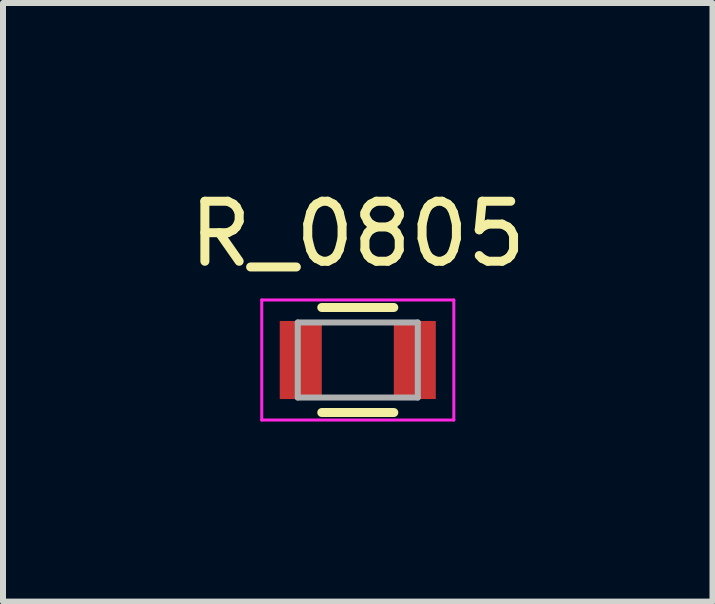
<source format=kicad_pcb>
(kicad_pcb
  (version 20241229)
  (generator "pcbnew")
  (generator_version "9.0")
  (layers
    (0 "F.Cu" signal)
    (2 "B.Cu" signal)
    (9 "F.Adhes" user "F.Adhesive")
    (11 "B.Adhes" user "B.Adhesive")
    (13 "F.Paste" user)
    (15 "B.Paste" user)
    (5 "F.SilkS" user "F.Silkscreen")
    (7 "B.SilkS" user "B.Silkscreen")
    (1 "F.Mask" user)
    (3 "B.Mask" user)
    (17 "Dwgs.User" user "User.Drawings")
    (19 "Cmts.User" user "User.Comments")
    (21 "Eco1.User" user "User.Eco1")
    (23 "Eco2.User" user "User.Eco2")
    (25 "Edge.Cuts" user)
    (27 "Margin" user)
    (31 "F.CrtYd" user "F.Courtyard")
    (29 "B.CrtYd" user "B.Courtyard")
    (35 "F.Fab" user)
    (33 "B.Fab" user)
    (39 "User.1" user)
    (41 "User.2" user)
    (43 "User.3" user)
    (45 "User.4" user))
  (footprint "R_0805"
    (layer "F.Cu")
    (at 2.911 2.948)
    (property "Reference" "R_0805" (at 0 -2.1 0) (layer "F.SilkS") (effects (font (size 1 1) (thickness 0.15))))
    (attr smd)
    (fp_line (start -0.6 -0.875) (end 0.6 -0.875) (stroke (width 0.15) (type solid)) (layer "F.SilkS"))
    (fp_line (start 0.6 0.875) (end -0.6 0.875) (stroke (width 0.15) (type solid)) (layer "F.SilkS"))
    (fp_line (start -1.6 -1) (end -1.6 1) (stroke (width 0.05) (type solid)) (layer "F.CrtYd"))
    (fp_line (start -1.6 -1) (end 1.6 -1) (stroke (width 0.05) (type solid)) (layer "F.CrtYd"))
    (fp_line (start -1.6 1) (end 1.6 1) (stroke (width 0.05) (type solid)) (layer "F.CrtYd"))
    (fp_line (start 1.6 -1) (end 1.6 1) (stroke (width 0.05) (type solid)) (layer "F.CrtYd"))
    (fp_line (start -1 -0.625) (end 1 -0.625) (stroke (width 0.1) (type solid)) (layer "F.Fab"))
    (fp_line (start -1 0.625) (end -1 -0.625) (stroke (width 0.1) (type solid)) (layer "F.Fab"))
    (fp_line (start 1 -0.625) (end 1 0.625) (stroke (width 0.1) (type solid)) (layer "F.Fab"))
    (fp_line (start 1 0.625) (end -1 0.625) (stroke (width 0.1) (type solid)) (layer "F.Fab"))
    (pad "1" smd rect (at -0.95 0) (size 0.7 1.3) (layers "F.Cu" "F.Mask" "F.Paste"))
    (pad "2" smd rect (at 0.95 0) (size 0.7 1.3) (layers "F.Cu" "F.Mask" "F.Paste")))
  (gr_rect
    (start -3 -3)
    (end 8.821 6.973)
    (stroke (width 0.1) (type default))
    (fill no)
    (layer "Edge.Cuts")))
</source>
